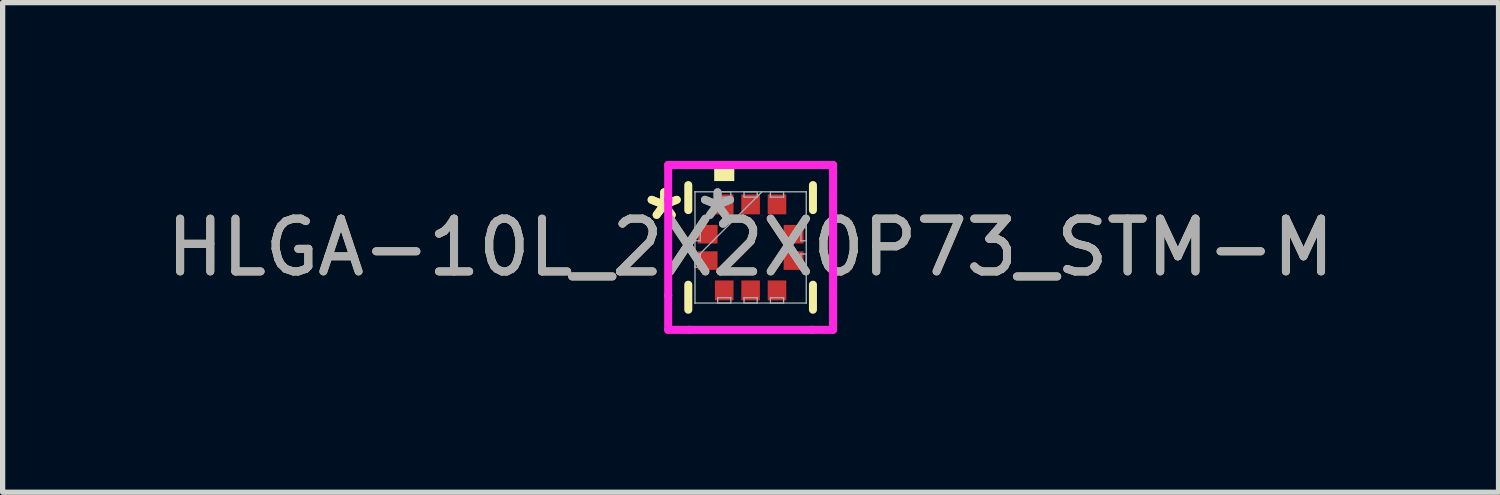
<source format=kicad_pcb>
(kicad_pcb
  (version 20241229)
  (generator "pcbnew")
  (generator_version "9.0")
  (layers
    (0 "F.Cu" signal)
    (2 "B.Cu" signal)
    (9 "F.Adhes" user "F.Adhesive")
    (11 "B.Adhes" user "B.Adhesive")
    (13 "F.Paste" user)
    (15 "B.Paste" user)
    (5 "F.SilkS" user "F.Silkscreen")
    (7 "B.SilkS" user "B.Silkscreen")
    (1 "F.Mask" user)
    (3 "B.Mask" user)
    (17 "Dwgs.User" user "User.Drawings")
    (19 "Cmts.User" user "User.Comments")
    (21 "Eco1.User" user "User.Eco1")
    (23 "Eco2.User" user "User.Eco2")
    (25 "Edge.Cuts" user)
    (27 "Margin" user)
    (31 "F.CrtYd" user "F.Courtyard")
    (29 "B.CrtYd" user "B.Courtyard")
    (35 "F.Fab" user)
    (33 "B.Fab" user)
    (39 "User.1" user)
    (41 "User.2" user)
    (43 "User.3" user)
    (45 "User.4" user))
  (footprint "HLGA-10L_2X2X0P73_STM-M"
    (layer "F.Cu")
    (at 11.173 1.638)
    (property "Reference" "HLGA-10L_2X2X0P73_STM-M" (at 0 0 0) (unlocked yes) (layer "F.SilkS") (effects (font (size 1 1) (thickness 0.15))))
    (attr smd)
    (fp_line (start -1.181 -1.181) (end -1.181 -0.707) (stroke (width 0.152) (type solid)) (layer "F.SilkS"))
    (fp_line (start -1.181 0.707) (end -1.181 1.181) (stroke (width 0.152) (type solid)) (layer "F.SilkS"))
    (fp_line (start 1.181 -0.707) (end 1.181 -1.181) (stroke (width 0.152) (type solid)) (layer "F.SilkS"))
    (fp_line (start 1.181 1.181) (end 1.181 0.707) (stroke (width 0.152) (type solid)) (layer "F.SilkS"))
    (fp_poly (pts (xy -0.69 -1.257) (xy -0.69 -1.511) (xy -0.309 -1.511) (xy -0.309 -1.257)) (stroke (width 0) (type solid)) (fill yes) (layer "F.SilkS"))
    (fp_line (start -1.562 -1.562) (end -1.158 -1.562) (stroke (width 0.152) (type solid)) (layer "F.CrtYd"))
    (fp_line (start -1.562 -0.908) (end -1.562 -1.562) (stroke (width 0.152) (type solid)) (layer "F.CrtYd"))
    (fp_line (start -1.562 -0.908) (end -1.562 -0.908) (stroke (width 0.152) (type solid)) (layer "F.CrtYd"))
    (fp_line (start -1.562 0.908) (end -1.562 -0.908) (stroke (width 0.152) (type solid)) (layer "F.CrtYd"))
    (fp_line (start -1.562 0.908) (end -1.562 0.908) (stroke (width 0.152) (type solid)) (layer "F.CrtYd"))
    (fp_line (start -1.562 1.562) (end -1.562 0.908) (stroke (width 0.152) (type solid)) (layer "F.CrtYd"))
    (fp_line (start -1.158 -1.562) (end -1.158 -1.562) (stroke (width 0.152) (type solid)) (layer "F.CrtYd"))
    (fp_line (start -1.158 -1.562) (end 1.158 -1.562) (stroke (width 0.152) (type solid)) (layer "F.CrtYd"))
    (fp_line (start -1.158 1.562) (end -1.562 1.562) (stroke (width 0.152) (type solid)) (layer "F.CrtYd"))
    (fp_line (start -1.158 1.562) (end -1.158 1.562) (stroke (width 0.152) (type solid)) (layer "F.CrtYd"))
    (fp_line (start 1.158 -1.562) (end 1.158 -1.562) (stroke (width 0.152) (type solid)) (layer "F.CrtYd"))
    (fp_line (start 1.158 -1.562) (end 1.562 -1.562) (stroke (width 0.152) (type solid)) (layer "F.CrtYd"))
    (fp_line (start 1.158 1.562) (end -1.158 1.562) (stroke (width 0.152) (type solid)) (layer "F.CrtYd"))
    (fp_line (start 1.158 1.562) (end 1.158 1.562) (stroke (width 0.152) (type solid)) (layer "F.CrtYd"))
    (fp_line (start 1.562 -1.562) (end 1.562 -0.908) (stroke (width 0.152) (type solid)) (layer "F.CrtYd"))
    (fp_line (start 1.562 -0.908) (end 1.562 -0.908) (stroke (width 0.152) (type solid)) (layer "F.CrtYd"))
    (fp_line (start 1.562 -0.908) (end 1.562 0.908) (stroke (width 0.152) (type solid)) (layer "F.CrtYd"))
    (fp_line (start 1.562 0.908) (end 1.562 0.908) (stroke (width 0.152) (type solid)) (layer "F.CrtYd"))
    (fp_line (start 1.562 0.908) (end 1.562 1.562) (stroke (width 0.152) (type solid)) (layer "F.CrtYd"))
    (fp_line (start 1.562 1.562) (end 1.158 1.562) (stroke (width 0.152) (type solid)) (layer "F.CrtYd"))
    (fp_line (start -1.054 -1.054) (end -1.054 -1.054) (stroke (width 0.025) (type solid)) (layer "F.Fab"))
    (fp_line (start -1.054 -1.054) (end -1.054 1.054) (stroke (width 0.025) (type solid)) (layer "F.Fab"))
    (fp_line (start -1.054 -0.375) (end -0.953 -0.375) (stroke (width 0.025) (type solid)) (layer "F.Fab"))
    (fp_line (start -1.054 -0.125) (end -1.054 -0.375) (stroke (width 0.025) (type solid)) (layer "F.Fab"))
    (fp_line (start -1.054 0.125) (end -0.953 0.125) (stroke (width 0.025) (type solid)) (layer "F.Fab"))
    (fp_line (start -1.054 0.216) (end 0.216 -1.054) (stroke (width 0.025) (type solid)) (layer "F.Fab"))
    (fp_line (start -1.054 0.375) (end -1.054 0.125) (stroke (width 0.025) (type solid)) (layer "F.Fab"))
    (fp_line (start -1.054 1.054) (end -1.054 1.054) (stroke (width 0.025) (type solid)) (layer "F.Fab"))
    (fp_line (start -1.054 1.054) (end 1.054 1.054) (stroke (width 0.025) (type solid)) (layer "F.Fab"))
    (fp_line (start -0.953 -0.375) (end -0.953 -0.125) (stroke (width 0.025) (type solid)) (layer "F.Fab"))
    (fp_line (start -0.953 -0.125) (end -1.054 -0.125) (stroke (width 0.025) (type solid)) (layer "F.Fab"))
    (fp_line (start -0.953 0.125) (end -0.953 0.375) (stroke (width 0.025) (type solid)) (layer "F.Fab"))
    (fp_line (start -0.953 0.375) (end -1.054 0.375) (stroke (width 0.025) (type solid)) (layer "F.Fab"))
    (fp_line (start -0.625 -1.054) (end -0.375 -1.054) (stroke (width 0.025) (type solid)) (layer "F.Fab"))
    (fp_line (start -0.625 -0.953) (end -0.625 -1.054) (stroke (width 0.025) (type solid)) (layer "F.Fab"))
    (fp_line (start -0.625 0.953) (end -0.375 0.953) (stroke (width 0.025) (type solid)) (layer "F.Fab"))
    (fp_line (start -0.625 1.054) (end -0.625 0.953) (stroke (width 0.025) (type solid)) (layer "F.Fab"))
    (fp_line (start -0.375 -1.054) (end -0.375 -0.953) (stroke (width 0.025) (type solid)) (layer "F.Fab"))
    (fp_line (start -0.375 -0.953) (end -0.625 -0.953) (stroke (width 0.025) (type solid)) (layer "F.Fab"))
    (fp_line (start -0.375 0.953) (end -0.375 1.054) (stroke (width 0.025) (type solid)) (layer "F.Fab"))
    (fp_line (start -0.375 1.054) (end -0.625 1.054) (stroke (width 0.025) (type solid)) (layer "F.Fab"))
    (fp_line (start -0.125 -1.054) (end 0.125 -1.054) (stroke (width 0.025) (type solid)) (layer "F.Fab"))
    (fp_line (start -0.125 -0.953) (end -0.125 -1.054) (stroke (width 0.025) (type solid)) (layer "F.Fab"))
    (fp_line (start -0.125 0.953) (end 0.125 0.953) (stroke (width 0.025) (type solid)) (layer "F.Fab"))
    (fp_line (start -0.125 1.054) (end -0.125 0.953) (stroke (width 0.025) (type solid)) (layer "F.Fab"))
    (fp_line (start 0.125 -1.054) (end 0.125 -0.953) (stroke (width 0.025) (type solid)) (layer "F.Fab"))
    (fp_line (start 0.125 -0.953) (end -0.125 -0.953) (stroke (width 0.025) (type solid)) (layer "F.Fab"))
    (fp_line (start 0.125 0.953) (end 0.125 1.054) (stroke (width 0.025) (type solid)) (layer "F.Fab"))
    (fp_line (start 0.125 1.054) (end -0.125 1.054) (stroke (width 0.025) (type solid)) (layer "F.Fab"))
    (fp_line (start 0.375 -1.054) (end 0.625 -1.054) (stroke (width 0.025) (type solid)) (layer "F.Fab"))
    (fp_line (start 0.375 -0.953) (end 0.375 -1.054) (stroke (width 0.025) (type solid)) (layer "F.Fab"))
    (fp_line (start 0.375 0.953) (end 0.625 0.953) (stroke (width 0.025) (type solid)) (layer "F.Fab"))
    (fp_line (start 0.375 1.054) (end 0.375 0.953) (stroke (width 0.025) (type solid)) (layer "F.Fab"))
    (fp_line (start 0.625 -1.054) (end 0.625 -0.953) (stroke (width 0.025) (type solid)) (layer "F.Fab"))
    (fp_line (start 0.625 -0.953) (end 0.375 -0.953) (stroke (width 0.025) (type solid)) (layer "F.Fab"))
    (fp_line (start 0.625 0.953) (end 0.625 1.054) (stroke (width 0.025) (type solid)) (layer "F.Fab"))
    (fp_line (start 0.625 1.054) (end 0.375 1.054) (stroke (width 0.025) (type solid)) (layer "F.Fab"))
    (fp_line (start 0.953 -0.375) (end 1.054 -0.375) (stroke (width 0.025) (type solid)) (layer "F.Fab"))
    (fp_line (start 0.953 -0.125) (end 0.953 -0.375) (stroke (width 0.025) (type solid)) (layer "F.Fab"))
    (fp_line (start 0.953 0.125) (end 1.054 0.125) (stroke (width 0.025) (type solid)) (layer "F.Fab"))
    (fp_line (start 0.953 0.375) (end 0.953 0.125) (stroke (width 0.025) (type solid)) (layer "F.Fab"))
    (fp_line (start 1.054 -1.054) (end -1.054 -1.054) (stroke (width 0.025) (type solid)) (layer "F.Fab"))
    (fp_line (start 1.054 -1.054) (end 1.054 -1.054) (stroke (width 0.025) (type solid)) (layer "F.Fab"))
    (fp_line (start 1.054 -0.375) (end 1.054 -0.125) (stroke (width 0.025) (type solid)) (layer "F.Fab"))
    (fp_line (start 1.054 -0.125) (end 0.953 -0.125) (stroke (width 0.025) (type solid)) (layer "F.Fab"))
    (fp_line (start 1.054 0.125) (end 1.054 0.375) (stroke (width 0.025) (type solid)) (layer "F.Fab"))
    (fp_line (start 1.054 0.375) (end 0.953 0.375) (stroke (width 0.025) (type solid)) (layer "F.Fab"))
    (fp_line (start 1.054 1.054) (end 1.054 -1.054) (stroke (width 0.025) (type solid)) (layer "F.Fab"))
    (fp_line (start 1.054 1.054) (end 1.054 1.054) (stroke (width 0.025) (type solid)) (layer "F.Fab"))
    (fp_text user "*" (at -1.638 -0.5 0) (unlocked yes) (layer "F.SilkS") (effects (font (size 1 1) (thickness 0.15))))
    (fp_text user "*" (at -1.638 -0.5 0) (layer "F.SilkS") (effects (font (size 1 1) (thickness 0.15))))
    (fp_text user "${REFERENCE}" (at 0 0 0) (unlocked yes) (layer "F.Fab") (effects (font (size 1 1) (thickness 0.15))))
    (fp_text user "*" (at -0.627 -0.5 0) (layer "F.Fab") (effects (font (size 1 1) (thickness 0.15))))
    (fp_text user "*" (at -0.627 -0.5 0) (unlocked yes) (layer "F.Fab") (effects (font (size 1 1) (thickness 0.15))))
    (pad "1" smd rect (at -0.815 -0.25 90) (size 0.352 0.377) (layers "F.Cu" "F.Mask" "F.Paste"))
    (pad "2" smd rect (at -0.815 0.25 90) (size 0.352 0.377) (layers "F.Cu" "F.Mask" "F.Paste"))
    (pad "3" smd rect (at -0.5 0.815) (size 0.352 0.377) (layers "F.Cu" "F.Mask" "F.Paste"))
    (pad "4" smd rect (at 0 0.815) (size 0.352 0.377) (layers "F.Cu" "F.Mask" "F.Paste"))
    (pad "5" smd rect (at 0.5 0.815) (size 0.352 0.377) (layers "F.Cu" "F.Mask" "F.Paste"))
    (pad "6" smd rect (at 0.815 0.25 90) (size 0.352 0.377) (layers "F.Cu" "F.Mask" "F.Paste"))
    (pad "7" smd rect (at 0.815 -0.25 90) (size 0.352 0.377) (layers "F.Cu" "F.Mask" "F.Paste"))
    (pad "8" smd rect (at 0.5 -0.815) (size 0.352 0.377) (layers "F.Cu" "F.Mask" "F.Paste"))
    (pad "9" smd rect (at 0 -0.815) (size 0.352 0.377) (layers "F.Cu" "F.Mask" "F.Paste"))
    (pad "10" smd rect (at -0.5 -0.815) (size 0.352 0.377) (layers "F.Cu" "F.Mask" "F.Paste")))
  (gr_rect
    (start -3 -3)
    (end 25.345 6.277)
    (stroke (width 0.1) (type default))
    (fill no)
    (layer "Edge.Cuts")))
</source>
